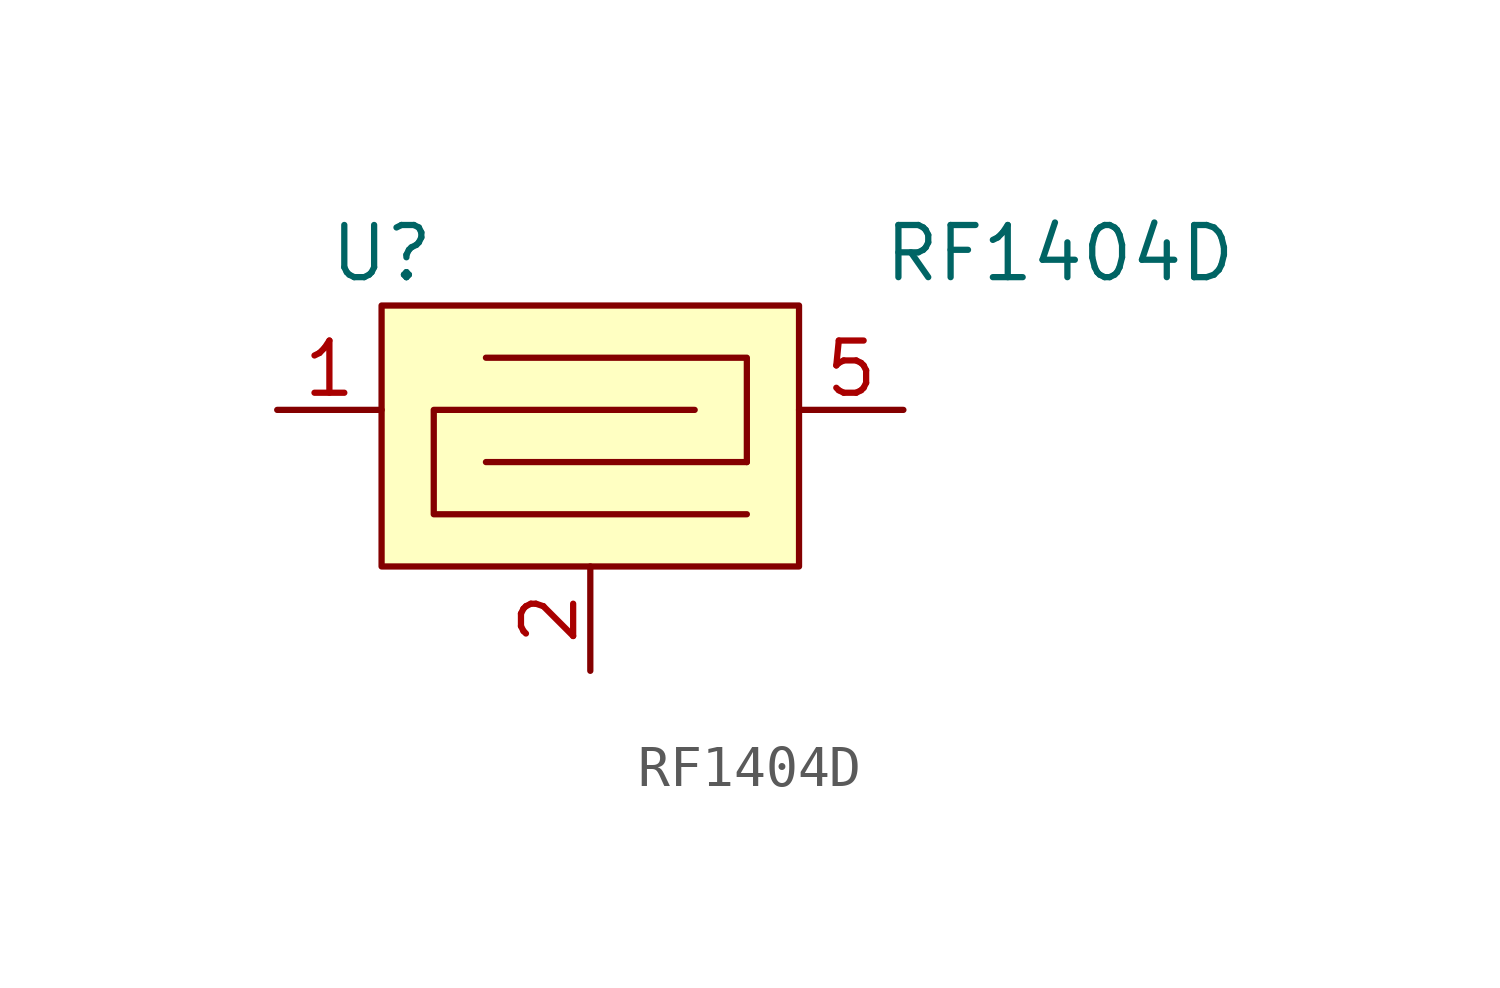
<source format=kicad_sym>
(kicad_symbol_lib
  (version 20211014)
  (generator kicad_symbol_editor)
  (symbol "RF1404D"
    (property "Reference" "U"
      (at -5.08 3.81 0)
      (effects (font (size 1.27 1.27))))
    (property "Value" "RF1404D"
      (at 11.43 3.81 0)
      (effects (font (size 1.27 1.27))))
    (symbol "RF1404D_0_1"
      (rectangle (start -5.08 2.54) (end 5.08 -3.81) (stroke (width 0) (type default) (color 0 0 0 0)) (fill (type background)))
      (polyline (pts (xy 3.81 -1.27) (xy -2.54 -1.27)) (stroke (width 0) (type default) (color 0 0 0 0)) (fill (type none)))
      (polyline (pts (xy -2.54 1.27) (xy 3.81 1.27) (xy 3.81 -1.27)) (stroke (width 0) (type default) (color 0 0 0 0)) (fill (type none)))
      (polyline (pts (xy 2.54 0) (xy -3.81 0) (xy -3.81 -2.54) (xy 3.81 -2.54)) (stroke (width 0) (type default) (color 0 0 0 0)) (fill (type none))))
    (symbol "RF1404D_1_1"
      (pin passive line (at -7.62 0 0) (length 2.54) (name "" (effects (font (size 1.27 1.27)))) (number "1" (effects (font (size 1.27 1.27)))))
      (pin passive line (at 0 -6.35 90) (length 2.54) (name "" (effects (font (size 1.27 1.27)))) (number "2" (effects (font (size 1.27 1.27)))))
      (pin passive line (at 0 -6.35 0) (length 0) hide (name "" (effects (font (size 1.27 1.27)))) (number "3" (effects (font (size 1.27 1.27)))))
      (pin passive line (at 0 -6.35 0) (length 0) hide (name "" (effects (font (size 1.27 1.27)))) (number "4" (effects (font (size 1.27 1.27)))))
      (pin passive line (at 7.62 0 180) (length 2.54) (name "" (effects (font (size 1.27 1.27)))) (number "5" (effects (font (size 1.27 1.27)))))
      (pin passive line (at 0 -6.35 0) (length 0) hide (name "" (effects (font (size 1.27 1.27)))) (number "6" (effects (font (size 1.27 1.27)))))
      (pin passive line (at 0 -6.35 0) (length 0) hide (name "" (effects (font (size 1.27 1.27)))) (number "7" (effects (font (size 1.27 1.27)))))
      (pin passive line (at 0 -6.35 0) (length 0) hide (name "" (effects (font (size 1.27 1.27)))) (number "8" (effects (font (size 1.27 1.27))))))))
</source>
